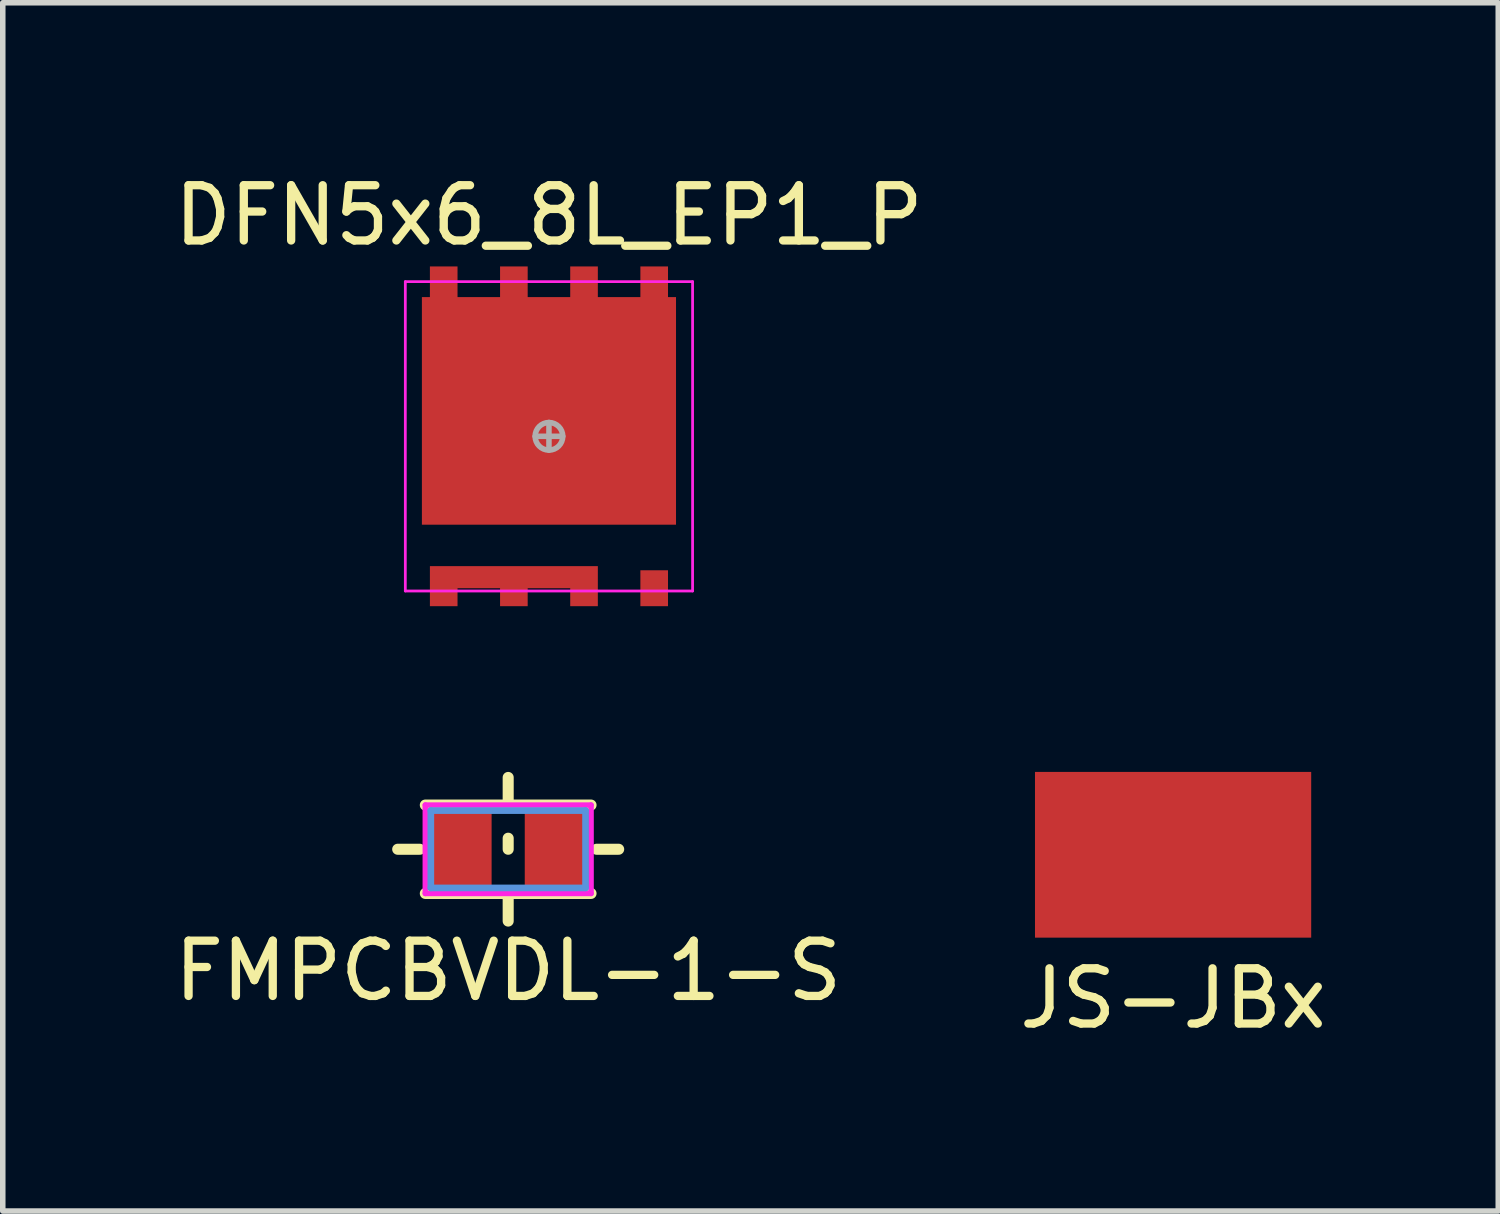
<source format=kicad_pcb>
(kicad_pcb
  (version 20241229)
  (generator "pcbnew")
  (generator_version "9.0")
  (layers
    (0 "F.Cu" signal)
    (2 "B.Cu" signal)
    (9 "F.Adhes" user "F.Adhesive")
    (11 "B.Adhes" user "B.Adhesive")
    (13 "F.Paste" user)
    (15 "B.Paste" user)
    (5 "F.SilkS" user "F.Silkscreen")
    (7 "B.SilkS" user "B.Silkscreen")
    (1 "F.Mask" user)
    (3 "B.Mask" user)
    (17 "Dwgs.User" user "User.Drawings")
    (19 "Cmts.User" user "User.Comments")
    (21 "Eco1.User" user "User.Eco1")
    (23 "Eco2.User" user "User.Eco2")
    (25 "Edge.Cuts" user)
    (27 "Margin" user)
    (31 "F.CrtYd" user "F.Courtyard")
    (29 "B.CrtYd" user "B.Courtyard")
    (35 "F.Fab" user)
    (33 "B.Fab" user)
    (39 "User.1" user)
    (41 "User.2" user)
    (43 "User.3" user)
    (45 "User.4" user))
  (footprint "FMPCBVDL-1-S"
    (layer "F.Cu")
    (at 6.149 12.323)
    (property "Reference" "FMPCBVDL-1-S" (at 0 2.2 0) (layer "F.SilkS") (effects (font (size 1 1) (thickness 0.15))))
    (attr smd)
    (fp_line (start -1.6 0) (end -2 0) (stroke (width 0.2) (type solid)) (layer "F.SilkS"))
    (fp_line (start -1.5 -0.8) (end 1.5 -0.8) (stroke (width 0.2) (type solid)) (layer "F.SilkS"))
    (fp_line (start -1.5 0.8) (end 1.5 0.8) (stroke (width 0.2) (type solid)) (layer "F.SilkS"))
    (fp_line (start 0 -0.8) (end 0 -1.3) (stroke (width 0.2) (type solid)) (layer "F.SilkS"))
    (fp_line (start 0 0) (end 0 -0.2) (stroke (width 0.2) (type solid)) (layer "F.SilkS"))
    (fp_line (start 0 0.8) (end 0 1.3) (stroke (width 0.2) (type solid)) (layer "F.SilkS"))
    (fp_line (start 1.6 0) (end 2 0) (stroke (width 0.2) (type solid)) (layer "F.SilkS"))
    (fp_line (start -1.4 -0.7) (end 1.4 -0.7) (stroke (width 0.12) (type solid)) (layer "Cmts.User"))
    (fp_line (start -1.4 0.7) (end -1.4 -0.7) (stroke (width 0.12) (type solid)) (layer "Cmts.User"))
    (fp_line (start 1.4 -0.7) (end 1.4 0.7) (stroke (width 0.12) (type solid)) (layer "Cmts.User"))
    (fp_line (start 1.4 0.7) (end -1.4 0.7) (stroke (width 0.12) (type solid)) (layer "Cmts.User"))
    (fp_line (start -1.5 -0.8) (end 1.5 -0.8) (stroke (width 0.1) (type solid)) (layer "F.CrtYd"))
    (fp_line (start -1.5 0.8) (end -1.5 -0.8) (stroke (width 0.1) (type solid)) (layer "F.CrtYd"))
    (fp_line (start 1.5 -0.8) (end 1.5 0.8) (stroke (width 0.1) (type solid)) (layer "F.CrtYd"))
    (fp_line (start 1.5 0.8) (end -1.5 0.8) (stroke (width 0.1) (type solid)) (layer "F.CrtYd"))
    (pad "1" smd rect (at -0.9 0) (size 1.2 1.4) (layers "F.Cu" "F.Mask" "F.Paste"))
    (pad "2" smd rect (at 0.9 0) (size 1.2 1.4) (layers "F.Cu" "F.Mask" "F.Paste")))
  (footprint "DFN5x6_8L_EP1_P"
    (layer "F.Cu")
    (at 6.887 4.848)
    (property "Reference" "DFN5x6_8L_EP1_P" (at 0 -4 0) (layer "F.SilkS") (effects (font (size 1 1) (thickness 0.15))))
    (attr smd)
    (fp_line (start -2.6 -2.8) (end 2.6 -2.8) (stroke (width 0.05) (type solid)) (layer "F.CrtYd"))
    (fp_line (start -2.6 2.8) (end -2.6 -2.8) (stroke (width 0.05) (type solid)) (layer "F.CrtYd"))
    (fp_line (start 2.6 -2.8) (end 2.6 2.8) (stroke (width 0.05) (type solid)) (layer "F.CrtYd"))
    (fp_line (start 2.6 2.8) (end -2.6 2.8) (stroke (width 0.05) (type solid)) (layer "F.CrtYd"))
    (fp_line (start 0 0.25) (end 0 -0.25) (stroke (width 0.1) (type solid)) (layer "F.Fab"))
    (fp_line (start 0.25 0) (end -0.25 0) (stroke (width 0.1) (type solid)) (layer "F.Fab"))
    (fp_circle (center 0 0) (end 0 0.25) (stroke (width 0.1) (type solid)) (fill no) (layer "F.Fab"))
    (pad "1" smd custom (at 0 0) (size 0.5 0.65) (layers "F.Cu" "F.Mask" "F.Paste") (options (anchor rect)) (primitives (gr_poly (pts (xy -2.155 -2.425) (xy -1.655 -2.425) (xy -1.655 -3.075) (xy -2.155 -3.075)) (width 0) (fill yes)) (gr_poly (pts (xy -0.885 -2.425) (xy -0.385 -2.425) (xy -0.385 -3.075) (xy -0.885 -3.075)) (width 0) (fill yes)) (gr_poly (pts (xy 0.385 -2.425) (xy 0.885 -2.425) (xy 0.885 -3.075) (xy 0.385 -3.075)) (width 0) (fill yes)) (gr_poly (pts (xy 1.655 -2.425) (xy 2.155 -2.425) (xy 2.155 -3.075) (xy 1.655 -3.075)) (width 0) (fill yes)) (gr_poly (pts (xy 2.3 1.6) (xy 2.3 -2.52) (xy -2.3 -2.52) (xy -2.3 1.6)) (width 0) (fill yes))))
    (pad "2" smd rect (at 1.905 2.75) (size 0.5 0.65) (layers "F.Cu" "F.Mask" "F.Paste"))
    (pad "3" smd custom (at -0.635 2.75) (size 0.5 0.65) (layers "F.Cu" "F.Mask" "F.Paste") (options (anchor rect)) (primitives (gr_poly (pts (xy -0.25 -0.325) (xy -0.25 0.325) (xy 0.25 0.325) (xy 0.25 -0.325)) (width 0) (fill yes)) (gr_poly (pts (xy -1.52 -0.325) (xy -1.52 0.325) (xy -1.02 0.325) (xy -1.02 -0.325)) (width 0) (fill yes)) (gr_poly (pts (xy 1.02 -0.325) (xy 1.02 0.325) (xy 1.52 0.325) (xy 1.52 -0.325)) (width 0) (fill yes)) (gr_poly (pts (xy -1.52 -0.4) (xy -1.52 0) (xy 1.52 0) (xy 1.52 -0.4)) (width 0) (fill yes)))))
  (footprint "JS-JBx"
    (layer "F.Cu")
    (at 18.185 12.423)
    (property "Reference" "JS-JBx" (at 0 2.6 0) (layer "F.SilkS") (effects (font (size 1 1) (thickness 0.15))))
    (attr smd)
    (pad "1" smd rect (at 0 0) (size 5 3) (layers "F.Cu" "F.Mask" "F.Paste")))
  (gr_rect
    (start -3 -3)
    (end 24.071 18.872)
    (stroke (width 0.1) (type default))
    (fill no)
    (layer "Edge.Cuts")))
</source>
